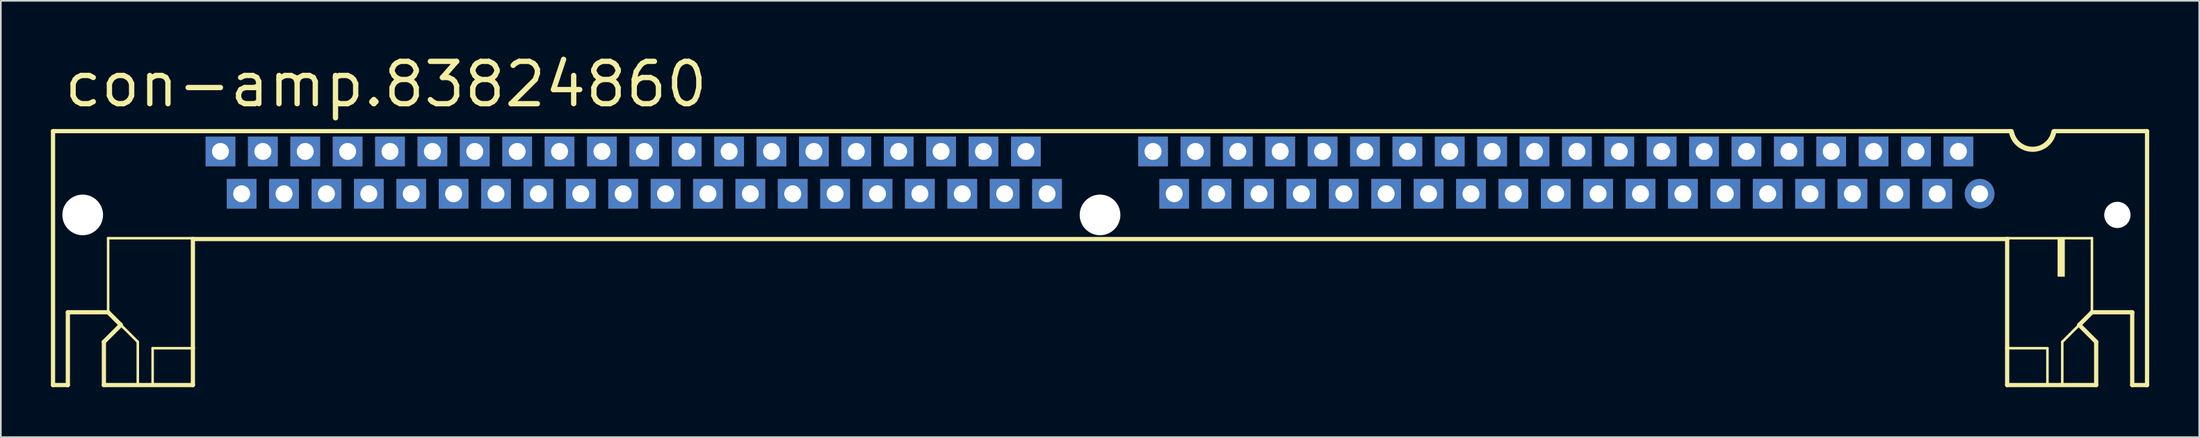
<source format=kicad_pcb>
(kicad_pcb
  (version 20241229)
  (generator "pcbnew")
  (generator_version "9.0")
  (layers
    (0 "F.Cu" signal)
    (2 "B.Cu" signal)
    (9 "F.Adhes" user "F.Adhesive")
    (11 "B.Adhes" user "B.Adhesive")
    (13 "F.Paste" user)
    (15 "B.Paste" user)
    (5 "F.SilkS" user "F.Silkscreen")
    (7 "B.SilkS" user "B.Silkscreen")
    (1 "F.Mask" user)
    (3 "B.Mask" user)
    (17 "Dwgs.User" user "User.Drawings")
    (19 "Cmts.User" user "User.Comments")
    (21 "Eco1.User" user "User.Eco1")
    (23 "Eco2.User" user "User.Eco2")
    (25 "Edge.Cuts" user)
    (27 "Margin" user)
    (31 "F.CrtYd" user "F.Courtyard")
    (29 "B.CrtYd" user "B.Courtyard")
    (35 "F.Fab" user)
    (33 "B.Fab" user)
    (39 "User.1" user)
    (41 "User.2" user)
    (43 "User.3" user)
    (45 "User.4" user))
  (footprint "con-amp.83824860"
    (layer "F.Cu")
    (at 62.865 7.31)
    (property "Reference" "con-amp.83824860" (at -62.23 -3.81 0) (layer "F.SilkS") (effects (font (size 2.54 2.54) (thickness 0.32)) (justify left bottom)))
    (attr through_hole)
    (fp_line (start -62.738 -2.489) (end 54.61 -2.489) (stroke (width 0.254) (type default)) (layer "F.SilkS"))
    (fp_line (start -62.738 12.751) (end -62.738 -2.489) (stroke (width 0.254) (type default)) (layer "F.SilkS"))
    (fp_line (start -61.849 8.382) (end -61.849 12.751) (stroke (width 0.254) (type default)) (layer "F.SilkS"))
    (fp_line (start -61.849 12.751) (end -62.738 12.751) (stroke (width 0.254) (type default)) (layer "F.SilkS"))
    (fp_line (start -59.69 10.16) (end -58.674 9.144) (stroke (width 0.254) (type default)) (layer "F.SilkS"))
    (fp_line (start -59.69 12.751) (end -59.69 10.16) (stroke (width 0.254) (type default)) (layer "F.SilkS"))
    (fp_line (start -59.436 3.937) (end -59.436 8.382) (stroke (width 0.152) (type default)) (layer "F.SilkS"))
    (fp_line (start -59.436 8.382) (end -61.849 8.382) (stroke (width 0.254) (type default)) (layer "F.SilkS"))
    (fp_line (start -58.674 9.144) (end -59.436 8.382) (stroke (width 0.254) (type default)) (layer "F.SilkS"))
    (fp_line (start -58.674 9.144) (end -57.658 10.16) (stroke (width 0.152) (type default)) (layer "F.SilkS"))
    (fp_line (start -57.658 10.16) (end -57.658 12.7) (stroke (width 0.152) (type default)) (layer "F.SilkS"))
    (fp_line (start -56.769 10.541) (end -56.769 12.7) (stroke (width 0.152) (type default)) (layer "F.SilkS"))
    (fp_line (start -56.769 10.541) (end -54.356 10.541) (stroke (width 0.152) (type default)) (layer "F.SilkS"))
    (fp_line (start -54.356 3.937) (end -59.436 3.937) (stroke (width 0.152) (type default)) (layer "F.SilkS"))
    (fp_line (start -54.356 3.988) (end -54.356 10.541) (stroke (width 0.254) (type default)) (layer "F.SilkS"))
    (fp_line (start -54.356 10.541) (end -54.356 12.751) (stroke (width 0.254) (type default)) (layer "F.SilkS"))
    (fp_line (start -54.356 12.751) (end -59.69 12.751) (stroke (width 0.254) (type default)) (layer "F.SilkS"))
    (fp_line (start 54.356 3.937) (end 59.436 3.937) (stroke (width 0.152) (type default)) (layer "F.SilkS"))
    (fp_line (start 54.356 3.988) (end -54.356 3.988) (stroke (width 0.254) (type default)) (layer "F.SilkS"))
    (fp_line (start 54.356 3.988) (end 54.356 10.541) (stroke (width 0.254) (type default)) (layer "F.SilkS"))
    (fp_line (start 54.356 10.541) (end 54.356 12.751) (stroke (width 0.254) (type default)) (layer "F.SilkS"))
    (fp_line (start 54.356 12.751) (end 59.69 12.751) (stroke (width 0.254) (type default)) (layer "F.SilkS"))
    (fp_line (start 56.769 10.541) (end 54.356 10.541) (stroke (width 0.152) (type default)) (layer "F.SilkS"))
    (fp_line (start 56.769 10.541) (end 56.769 12.7) (stroke (width 0.152) (type default)) (layer "F.SilkS"))
    (fp_line (start 57.15 -2.489) (end 62.738 -2.489) (stroke (width 0.254) (type default)) (layer "F.SilkS"))
    (fp_line (start 57.658 10.16) (end 57.658 12.7) (stroke (width 0.152) (type default)) (layer "F.SilkS"))
    (fp_line (start 58.674 9.144) (end 57.658 10.16) (stroke (width 0.152) (type default)) (layer "F.SilkS"))
    (fp_line (start 58.674 9.144) (end 59.436 8.382) (stroke (width 0.254) (type default)) (layer "F.SilkS"))
    (fp_line (start 59.436 3.937) (end 59.436 8.382) (stroke (width 0.152) (type default)) (layer "F.SilkS"))
    (fp_line (start 59.436 8.382) (end 61.849 8.382) (stroke (width 0.254) (type default)) (layer "F.SilkS"))
    (fp_line (start 59.69 10.16) (end 58.674 9.144) (stroke (width 0.254) (type default)) (layer "F.SilkS"))
    (fp_line (start 59.69 12.751) (end 59.69 10.16) (stroke (width 0.254) (type default)) (layer "F.SilkS"))
    (fp_line (start 61.849 8.382) (end 61.849 12.751) (stroke (width 0.254) (type default)) (layer "F.SilkS"))
    (fp_line (start 61.849 12.751) (end 62.738 12.751) (stroke (width 0.254) (type default)) (layer "F.SilkS"))
    (fp_line (start 62.738 12.751) (end 62.738 -2.489) (stroke (width 0.254) (type default)) (layer "F.SilkS"))
    (fp_rect (start 57.404 6.223) (end 57.785 3.937) (stroke (width 0.05) (type default)) (fill yes) (layer "F.SilkS"))
    (fp_arc (start 57.15 -2.44) (mid 55.88 -1.398849) (end 54.61 -2.44) (stroke (width 0.3048) (type default)) (layer "F.SilkS"))
    (pad "" np_thru_hole circle (at -60.96 2.54) (size 2.438 2.438) (drill 2.438) (layers "*.Cu" "*.Mask"))
    (pad "" np_thru_hole circle (at 0 2.54) (size 2.438 2.438) (drill 2.438) (layers "*.Cu" "*.Mask"))
    (pad "" np_thru_hole circle (at 60.96 2.54) (size 1.575 1.575) (drill 1.575) (layers "*.Cu" "*.Mask"))
    (pad "1" thru_hole circle (at 52.705 1.27) (size 1.778 1.778) (drill 1.016) (layers "*.Cu" "*.Mask"))
    (pad "2" thru_hole rect (at 51.435 -1.27) (size 1.778 1.778) (drill 1.016) (layers "*.Cu" "*.Mask"))
    (pad "3" thru_hole rect (at 50.165 1.27) (size 1.778 1.778) (drill 1.016) (layers "*.Cu" "*.Mask"))
    (pad "4" thru_hole rect (at 48.895 -1.27) (size 1.778 1.778) (drill 1.016) (layers "*.Cu" "*.Mask"))
    (pad "5" thru_hole rect (at 47.625 1.27) (size 1.778 1.778) (drill 1.016) (layers "*.Cu" "*.Mask"))
    (pad "6" thru_hole rect (at 46.355 -1.27) (size 1.778 1.778) (drill 1.016) (layers "*.Cu" "*.Mask"))
    (pad "7" thru_hole rect (at 45.085 1.27) (size 1.778 1.778) (drill 1.016) (layers "*.Cu" "*.Mask"))
    (pad "8" thru_hole rect (at 43.815 -1.27) (size 1.778 1.778) (drill 1.016) (layers "*.Cu" "*.Mask"))
    (pad "9" thru_hole rect (at 42.545 1.27) (size 1.778 1.778) (drill 1.016) (layers "*.Cu" "*.Mask"))
    (pad "10" thru_hole rect (at 41.275 -1.27) (size 1.778 1.778) (drill 1.016) (layers "*.Cu" "*.Mask"))
    (pad "11" thru_hole rect (at 40.005 1.27) (size 1.778 1.778) (drill 1.016) (layers "*.Cu" "*.Mask"))
    (pad "12" thru_hole rect (at 38.735 -1.27) (size 1.778 1.778) (drill 1.016) (layers "*.Cu" "*.Mask"))
    (pad "13" thru_hole rect (at 37.465 1.27) (size 1.778 1.778) (drill 1.016) (layers "*.Cu" "*.Mask"))
    (pad "14" thru_hole rect (at 36.195 -1.27) (size 1.778 1.778) (drill 1.016) (layers "*.Cu" "*.Mask"))
    (pad "15" thru_hole rect (at 34.925 1.27) (size 1.778 1.778) (drill 1.016) (layers "*.Cu" "*.Mask"))
    (pad "16" thru_hole rect (at 33.655 -1.27) (size 1.778 1.778) (drill 1.016) (layers "*.Cu" "*.Mask"))
    (pad "17" thru_hole rect (at 32.385 1.27) (size 1.778 1.778) (drill 1.016) (layers "*.Cu" "*.Mask"))
    (pad "18" thru_hole rect (at 31.115 -1.27) (size 1.778 1.778) (drill 1.016) (layers "*.Cu" "*.Mask"))
    (pad "19" thru_hole rect (at 29.845 1.27) (size 1.778 1.778) (drill 1.016) (layers "*.Cu" "*.Mask"))
    (pad "20" thru_hole rect (at 28.575 -1.27) (size 1.778 1.778) (drill 1.016) (layers "*.Cu" "*.Mask"))
    (pad "21" thru_hole rect (at 27.305 1.27) (size 1.778 1.778) (drill 1.016) (layers "*.Cu" "*.Mask"))
    (pad "22" thru_hole rect (at 26.035 -1.27) (size 1.778 1.778) (drill 1.016) (layers "*.Cu" "*.Mask"))
    (pad "23" thru_hole rect (at 24.765 1.27) (size 1.778 1.778) (drill 1.016) (layers "*.Cu" "*.Mask"))
    (pad "24" thru_hole rect (at 23.495 -1.27) (size 1.778 1.778) (drill 1.016) (layers "*.Cu" "*.Mask"))
    (pad "25" thru_hole rect (at 22.225 1.27) (size 1.778 1.778) (drill 1.016) (layers "*.Cu" "*.Mask"))
    (pad "26" thru_hole rect (at 20.955 -1.27) (size 1.778 1.778) (drill 1.016) (layers "*.Cu" "*.Mask"))
    (pad "27" thru_hole rect (at 19.685 1.27) (size 1.778 1.778) (drill 1.016) (layers "*.Cu" "*.Mask"))
    (pad "28" thru_hole rect (at 18.415 -1.27) (size 1.778 1.778) (drill 1.016) (layers "*.Cu" "*.Mask"))
    (pad "29" thru_hole rect (at 17.145 1.27) (size 1.778 1.778) (drill 1.016) (layers "*.Cu" "*.Mask"))
    (pad "30" thru_hole rect (at 15.875 -1.27) (size 1.778 1.778) (drill 1.016) (layers "*.Cu" "*.Mask"))
    (pad "31" thru_hole rect (at 14.605 1.27) (size 1.778 1.778) (drill 1.016) (layers "*.Cu" "*.Mask"))
    (pad "32" thru_hole rect (at 13.335 -1.27) (size 1.778 1.778) (drill 1.016) (layers "*.Cu" "*.Mask"))
    (pad "33" thru_hole rect (at 12.065 1.27) (size 1.778 1.778) (drill 1.016) (layers "*.Cu" "*.Mask"))
    (pad "34" thru_hole rect (at 10.795 -1.27) (size 1.778 1.778) (drill 1.016) (layers "*.Cu" "*.Mask"))
    (pad "35" thru_hole rect (at 9.525 1.27) (size 1.778 1.778) (drill 1.016) (layers "*.Cu" "*.Mask"))
    (pad "36" thru_hole rect (at 8.255 -1.27) (size 1.778 1.778) (drill 1.016) (layers "*.Cu" "*.Mask"))
    (pad "37" thru_hole rect (at 6.985 1.27) (size 1.778 1.778) (drill 1.016) (layers "*.Cu" "*.Mask"))
    (pad "38" thru_hole rect (at 5.715 -1.27) (size 1.778 1.778) (drill 1.016) (layers "*.Cu" "*.Mask"))
    (pad "39" thru_hole rect (at 4.445 1.27) (size 1.778 1.778) (drill 1.016) (layers "*.Cu" "*.Mask"))
    (pad "40" thru_hole rect (at 3.175 -1.27) (size 1.778 1.778) (drill 1.016) (layers "*.Cu" "*.Mask"))
    (pad "41" thru_hole rect (at -3.175 1.27) (size 1.778 1.778) (drill 1.016) (layers "*.Cu" "*.Mask"))
    (pad "42" thru_hole rect (at -4.445 -1.27) (size 1.778 1.778) (drill 1.016) (layers "*.Cu" "*.Mask"))
    (pad "43" thru_hole rect (at -5.715 1.27) (size 1.778 1.778) (drill 1.016) (layers "*.Cu" "*.Mask"))
    (pad "44" thru_hole rect (at -6.985 -1.27) (size 1.778 1.778) (drill 1.016) (layers "*.Cu" "*.Mask"))
    (pad "45" thru_hole rect (at -8.255 1.27) (size 1.778 1.778) (drill 1.016) (layers "*.Cu" "*.Mask"))
    (pad "46" thru_hole rect (at -9.525 -1.27) (size 1.778 1.778) (drill 1.016) (layers "*.Cu" "*.Mask"))
    (pad "47" thru_hole rect (at -10.795 1.27) (size 1.778 1.778) (drill 1.016) (layers "*.Cu" "*.Mask"))
    (pad "48" thru_hole rect (at -12.065 -1.27) (size 1.778 1.778) (drill 1.016) (layers "*.Cu" "*.Mask"))
    (pad "49" thru_hole rect (at -13.335 1.27) (size 1.778 1.778) (drill 1.016) (layers "*.Cu" "*.Mask"))
    (pad "50" thru_hole rect (at -14.605 -1.27) (size 1.778 1.778) (drill 1.016) (layers "*.Cu" "*.Mask"))
    (pad "51" thru_hole rect (at -15.875 1.27) (size 1.778 1.778) (drill 1.016) (layers "*.Cu" "*.Mask"))
    (pad "52" thru_hole rect (at -17.145 -1.27) (size 1.778 1.778) (drill 1.016) (layers "*.Cu" "*.Mask"))
    (pad "53" thru_hole rect (at -18.415 1.27) (size 1.778 1.778) (drill 1.016) (layers "*.Cu" "*.Mask"))
    (pad "54" thru_hole rect (at -19.685 -1.27) (size 1.778 1.778) (drill 1.016) (layers "*.Cu" "*.Mask"))
    (pad "55" thru_hole rect (at -20.955 1.27) (size 1.778 1.778) (drill 1.016) (layers "*.Cu" "*.Mask"))
    (pad "56" thru_hole rect (at -22.225 -1.27) (size 1.778 1.778) (drill 1.016) (layers "*.Cu" "*.Mask"))
    (pad "57" thru_hole rect (at -23.495 1.27) (size 1.778 1.778) (drill 1.016) (layers "*.Cu" "*.Mask"))
    (pad "58" thru_hole rect (at -24.765 -1.27) (size 1.778 1.778) (drill 1.016) (layers "*.Cu" "*.Mask"))
    (pad "59" thru_hole rect (at -26.035 1.27) (size 1.778 1.778) (drill 1.016) (layers "*.Cu" "*.Mask"))
    (pad "60" thru_hole rect (at -27.305 -1.27) (size 1.778 1.778) (drill 1.016) (layers "*.Cu" "*.Mask"))
    (pad "61" thru_hole rect (at -28.575 1.27) (size 1.778 1.778) (drill 1.016) (layers "*.Cu" "*.Mask"))
    (pad "62" thru_hole rect (at -29.845 -1.27) (size 1.778 1.778) (drill 1.016) (layers "*.Cu" "*.Mask"))
    (pad "63" thru_hole rect (at -31.115 1.27) (size 1.778 1.778) (drill 1.016) (layers "*.Cu" "*.Mask"))
    (pad "64" thru_hole rect (at -32.385 -1.27) (size 1.778 1.778) (drill 1.016) (layers "*.Cu" "*.Mask"))
    (pad "65" thru_hole rect (at -33.655 1.27) (size 1.778 1.778) (drill 1.016) (layers "*.Cu" "*.Mask"))
    (pad "66" thru_hole rect (at -34.925 -1.27) (size 1.778 1.778) (drill 1.016) (layers "*.Cu" "*.Mask"))
    (pad "67" thru_hole rect (at -36.195 1.27) (size 1.778 1.778) (drill 1.016) (layers "*.Cu" "*.Mask"))
    (pad "68" thru_hole rect (at -37.465 -1.27) (size 1.778 1.778) (drill 1.016) (layers "*.Cu" "*.Mask"))
    (pad "69" thru_hole rect (at -38.735 1.27) (size 1.778 1.778) (drill 1.016) (layers "*.Cu" "*.Mask"))
    (pad "70" thru_hole rect (at -40.005 -1.27) (size 1.778 1.778) (drill 1.016) (layers "*.Cu" "*.Mask"))
    (pad "71" thru_hole rect (at -41.275 1.27) (size 1.778 1.778) (drill 1.016) (layers "*.Cu" "*.Mask"))
    (pad "72" thru_hole rect (at -42.545 -1.27) (size 1.778 1.778) (drill 1.016) (layers "*.Cu" "*.Mask"))
    (pad "73" thru_hole rect (at -43.815 1.27) (size 1.778 1.778) (drill 1.016) (layers "*.Cu" "*.Mask"))
    (pad "74" thru_hole rect (at -45.085 -1.27) (size 1.778 1.778) (drill 1.016) (layers "*.Cu" "*.Mask"))
    (pad "75" thru_hole rect (at -46.355 1.27) (size 1.778 1.778) (drill 1.016) (layers "*.Cu" "*.Mask"))
    (pad "76" thru_hole rect (at -47.625 -1.27) (size 1.778 1.778) (drill 1.016) (layers "*.Cu" "*.Mask"))
    (pad "77" thru_hole rect (at -48.895 1.27) (size 1.778 1.778) (drill 1.016) (layers "*.Cu" "*.Mask"))
    (pad "78" thru_hole rect (at -50.165 -1.27) (size 1.778 1.778) (drill 1.016) (layers "*.Cu" "*.Mask"))
    (pad "79" thru_hole rect (at -51.435 1.27) (size 1.778 1.778) (drill 1.016) (layers "*.Cu" "*.Mask"))
    (pad "80" thru_hole rect (at -52.705 -1.27) (size 1.778 1.778) (drill 1.016) (layers "*.Cu" "*.Mask")))
  (gr_rect
    (start -3 -3)
    (end 128.73 23.188)
    (stroke (width 0.1) (type default))
    (fill no)
    (layer "Edge.Cuts")))
</source>
